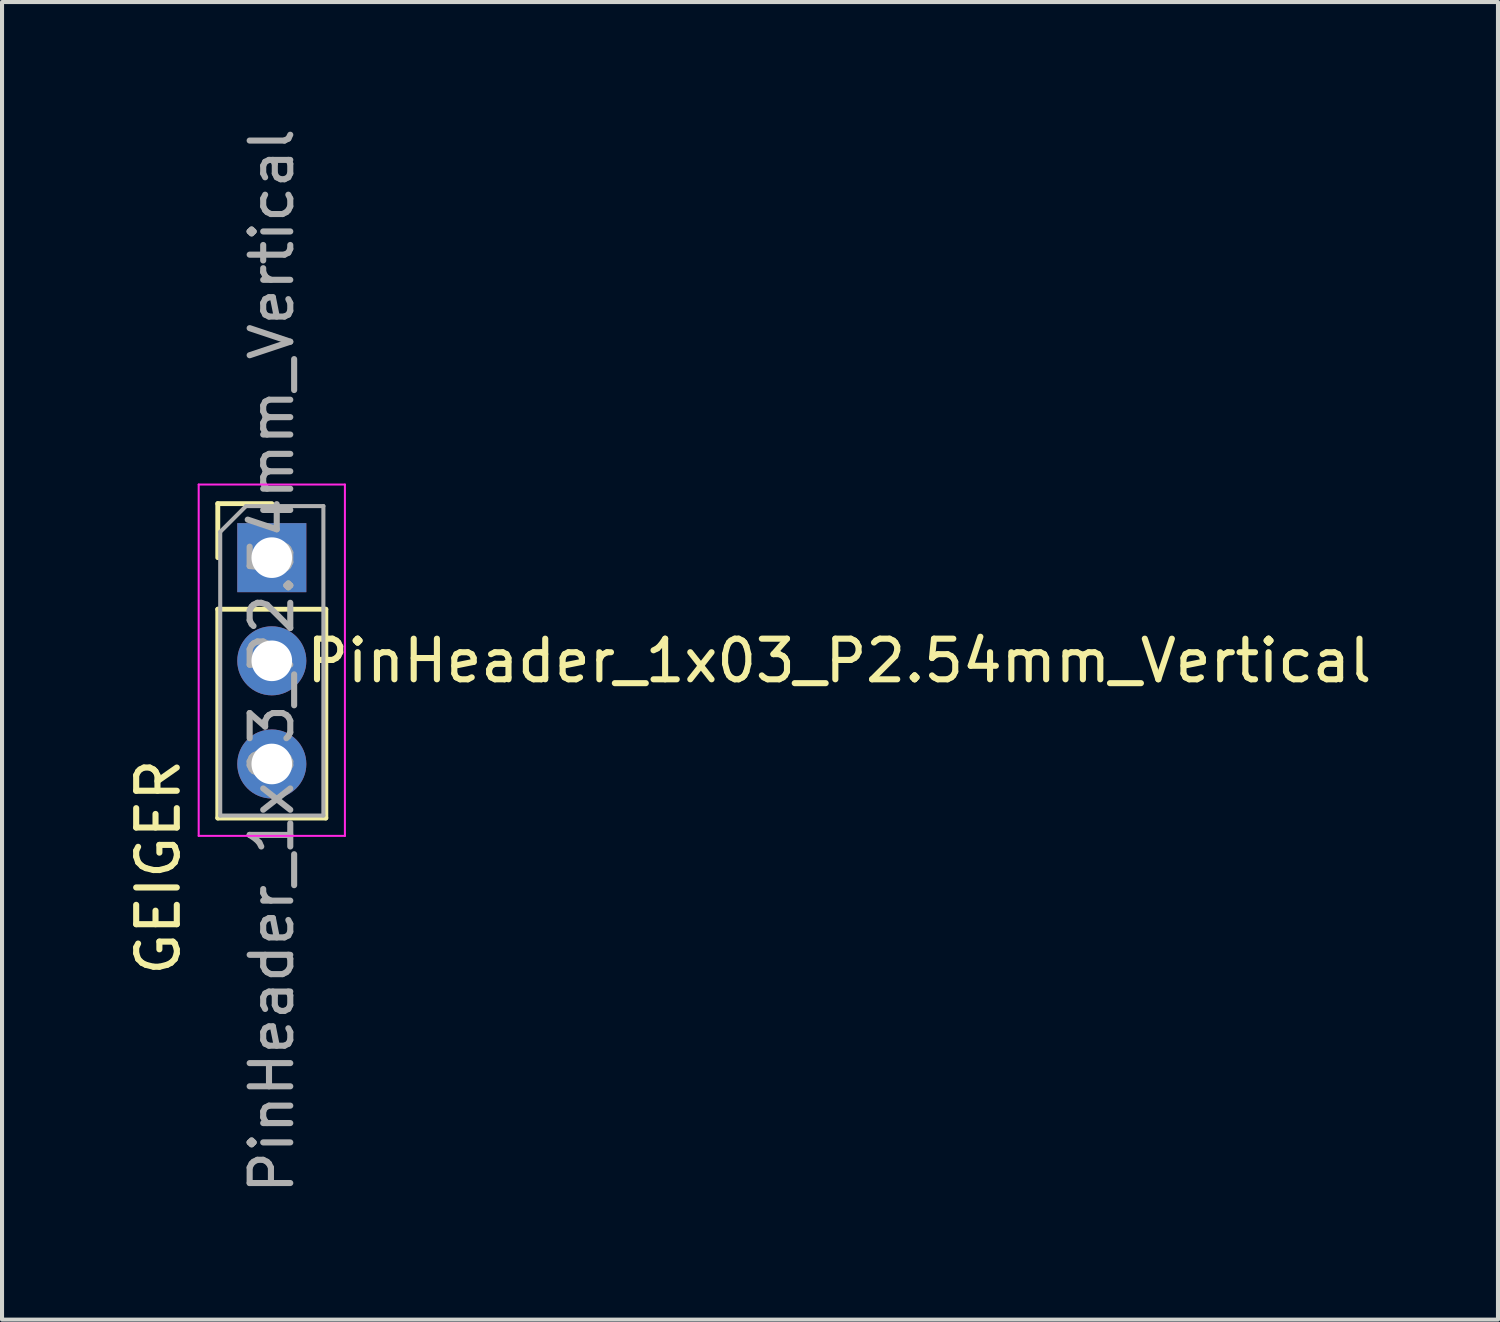
<source format=kicad_pcb>
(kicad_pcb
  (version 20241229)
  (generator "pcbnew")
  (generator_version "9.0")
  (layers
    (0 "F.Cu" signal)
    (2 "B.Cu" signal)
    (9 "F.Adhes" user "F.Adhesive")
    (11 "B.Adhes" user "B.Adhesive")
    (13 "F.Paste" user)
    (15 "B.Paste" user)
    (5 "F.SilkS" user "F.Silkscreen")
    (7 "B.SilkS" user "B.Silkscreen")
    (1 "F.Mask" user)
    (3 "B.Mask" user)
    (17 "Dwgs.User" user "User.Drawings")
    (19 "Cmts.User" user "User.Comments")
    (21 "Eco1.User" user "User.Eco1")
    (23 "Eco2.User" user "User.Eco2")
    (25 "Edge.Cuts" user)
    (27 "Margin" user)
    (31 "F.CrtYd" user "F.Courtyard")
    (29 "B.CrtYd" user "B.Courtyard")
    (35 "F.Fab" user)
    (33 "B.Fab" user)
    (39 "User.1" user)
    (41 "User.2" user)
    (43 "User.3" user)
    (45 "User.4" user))
  (footprint "PinHeader_1x03_P2.54mm_Vertical"
    (layer "F.Cu")
    (at 3.642 10.68)
    (property "Reference" "PinHeader_1x03_P2.54mm_Vertical" (at 13.97 2.54 0) (layer "F.SilkS") (effects (font (size 1 1) (thickness 0.15))))
    (attr through_hole)
    (fp_line (start -1.33 -1.33) (end 0 -1.33) (stroke (width 0.12) (type solid)) (layer "F.SilkS"))
    (fp_line (start -1.33 0) (end -1.33 -1.33) (stroke (width 0.12) (type solid)) (layer "F.SilkS"))
    (fp_line (start -1.33 1.27) (end -1.33 6.41) (stroke (width 0.12) (type solid)) (layer "F.SilkS"))
    (fp_line (start -1.33 1.27) (end 1.33 1.27) (stroke (width 0.12) (type solid)) (layer "F.SilkS"))
    (fp_line (start -1.33 6.41) (end 1.33 6.41) (stroke (width 0.12) (type solid)) (layer "F.SilkS"))
    (fp_line (start 1.33 1.27) (end 1.33 6.41) (stroke (width 0.12) (type solid)) (layer "F.SilkS"))
    (fp_line (start -1.8 -1.8) (end -1.8 6.85) (stroke (width 0.05) (type solid)) (layer "F.CrtYd"))
    (fp_line (start -1.8 6.85) (end 1.8 6.85) (stroke (width 0.05) (type solid)) (layer "F.CrtYd"))
    (fp_line (start 1.8 -1.8) (end -1.8 -1.8) (stroke (width 0.05) (type solid)) (layer "F.CrtYd"))
    (fp_line (start 1.8 6.85) (end 1.8 -1.8) (stroke (width 0.05) (type solid)) (layer "F.CrtYd"))
    (fp_line (start -1.27 -0.635) (end -0.635 -1.27) (stroke (width 0.1) (type solid)) (layer "F.Fab"))
    (fp_line (start -1.27 6.35) (end -1.27 -0.635) (stroke (width 0.1) (type solid)) (layer "F.Fab"))
    (fp_line (start -0.635 -1.27) (end 1.27 -1.27) (stroke (width 0.1) (type solid)) (layer "F.Fab"))
    (fp_line (start 1.27 -1.27) (end 1.27 6.35) (stroke (width 0.1) (type solid)) (layer "F.Fab"))
    (fp_line (start 1.27 6.35) (end -1.27 6.35) (stroke (width 0.1) (type solid)) (layer "F.Fab"))
    (fp_text user "GEIGER " (at -2.794 7.239 90) (layer "F.SilkS") (effects (font (size 1 1) (thickness 0.15))))
    (fp_text user "${REFERENCE}" (at 0 2.54 90) (layer "F.Fab") (effects (font (size 1 1) (thickness 0.15))))
    (pad "1" thru_hole rect (at 0 0) (size 1.7 1.7) (drill 1) (layers "*.Cu" "*.Mask"))
    (pad "2" thru_hole oval (at 0 2.54) (size 1.7 1.7) (drill 1) (layers "*.Cu" "*.Mask"))
    (pad "3" thru_hole oval (at 0 5.08) (size 1.7 1.7) (drill 1) (layers "*.Cu" "*.Mask")))
  (gr_rect
    (start -3 -3)
    (end 33.832 29.44)
    (stroke (width 0.1) (type default))
    (fill no)
    (layer "Edge.Cuts")))
</source>
